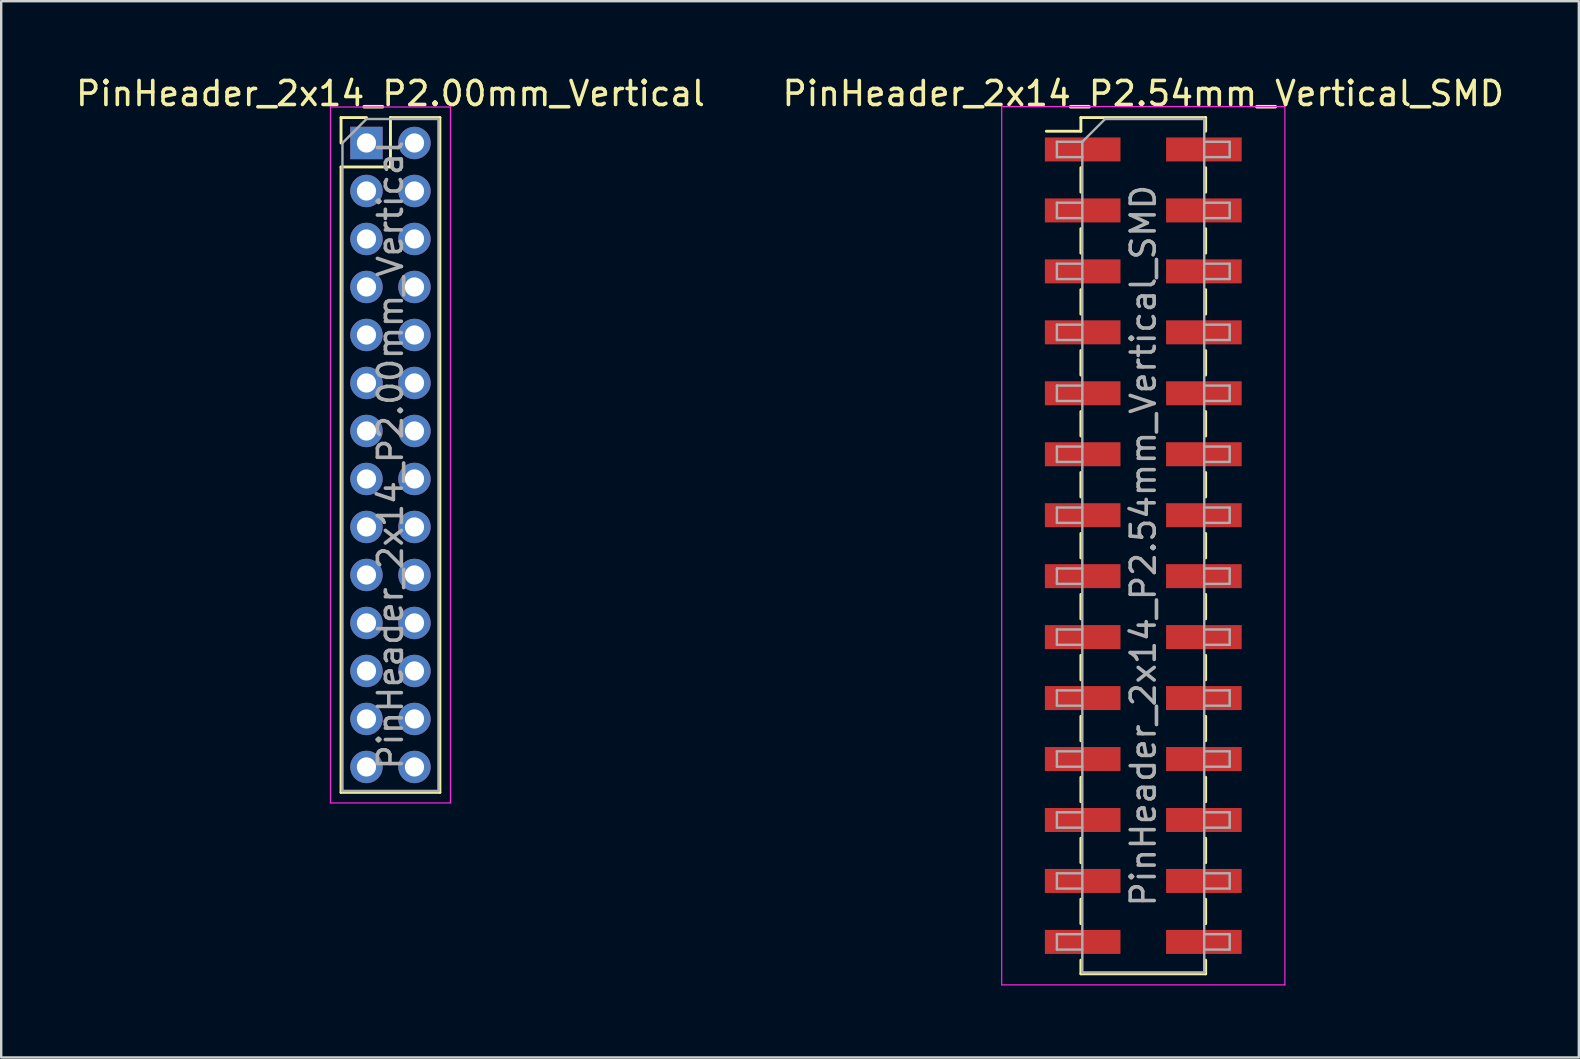
<source format=kicad_pcb>
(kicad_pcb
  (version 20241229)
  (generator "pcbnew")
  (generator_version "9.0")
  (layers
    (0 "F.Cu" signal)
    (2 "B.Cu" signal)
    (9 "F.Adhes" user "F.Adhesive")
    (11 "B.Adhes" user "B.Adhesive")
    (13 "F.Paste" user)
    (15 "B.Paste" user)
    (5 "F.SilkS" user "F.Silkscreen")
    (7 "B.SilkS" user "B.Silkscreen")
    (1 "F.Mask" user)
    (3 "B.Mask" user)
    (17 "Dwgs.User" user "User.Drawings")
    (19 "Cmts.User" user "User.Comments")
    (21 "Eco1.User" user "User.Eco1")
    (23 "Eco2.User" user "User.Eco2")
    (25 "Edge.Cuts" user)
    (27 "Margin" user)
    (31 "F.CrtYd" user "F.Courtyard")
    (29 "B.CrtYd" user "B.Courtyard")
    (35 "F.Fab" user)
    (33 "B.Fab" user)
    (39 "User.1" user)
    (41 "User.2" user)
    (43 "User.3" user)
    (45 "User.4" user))
  (footprint "PinHeader_2x14_P2.00mm_Vertical"
    (layer "F.Cu")
    (at 12.22 2.908)
    (property "Reference" "PinHeader_2x14_P2.00mm_Vertical" (at 1 -2.06 0) (layer "F.SilkS") (effects (font (size 1 1) (thickness 0.15))))
    (attr through_hole)
    (fp_line (start -1.06 -1.06) (end 0 -1.06) (stroke (width 0.12) (type solid)) (layer "F.SilkS"))
    (fp_line (start -1.06 0) (end -1.06 -1.06) (stroke (width 0.12) (type solid)) (layer "F.SilkS"))
    (fp_line (start -1.06 1) (end -1.06 27.06) (stroke (width 0.12) (type solid)) (layer "F.SilkS"))
    (fp_line (start -1.06 1) (end 1 1) (stroke (width 0.12) (type solid)) (layer "F.SilkS"))
    (fp_line (start -1.06 27.06) (end 3.06 27.06) (stroke (width 0.12) (type solid)) (layer "F.SilkS"))
    (fp_line (start 1 -1.06) (end 3.06 -1.06) (stroke (width 0.12) (type solid)) (layer "F.SilkS"))
    (fp_line (start 1 1) (end 1 -1.06) (stroke (width 0.12) (type solid)) (layer "F.SilkS"))
    (fp_line (start 3.06 -1.06) (end 3.06 27.06) (stroke (width 0.12) (type solid)) (layer "F.SilkS"))
    (fp_line (start -1.5 -1.5) (end -1.5 27.5) (stroke (width 0.05) (type solid)) (layer "F.CrtYd"))
    (fp_line (start -1.5 27.5) (end 3.5 27.5) (stroke (width 0.05) (type solid)) (layer "F.CrtYd"))
    (fp_line (start 3.5 -1.5) (end -1.5 -1.5) (stroke (width 0.05) (type solid)) (layer "F.CrtYd"))
    (fp_line (start 3.5 27.5) (end 3.5 -1.5) (stroke (width 0.05) (type solid)) (layer "F.CrtYd"))
    (fp_line (start -1 0) (end 0 -1) (stroke (width 0.1) (type solid)) (layer "F.Fab"))
    (fp_line (start -1 27) (end -1 0) (stroke (width 0.1) (type solid)) (layer "F.Fab"))
    (fp_line (start 0 -1) (end 3 -1) (stroke (width 0.1) (type solid)) (layer "F.Fab"))
    (fp_line (start 3 -1) (end 3 27) (stroke (width 0.1) (type solid)) (layer "F.Fab"))
    (fp_line (start 3 27) (end -1 27) (stroke (width 0.1) (type solid)) (layer "F.Fab"))
    (fp_text user "${REFERENCE}" (at 1 13 90) (layer "F.Fab") (effects (font (size 1 1) (thickness 0.15))))
    (pad "1" thru_hole rect (at 0 0) (size 1.35 1.35) (drill 0.8) (layers "*.Cu" "*.Mask"))
    (pad "2" thru_hole oval (at 2 0) (size 1.35 1.35) (drill 0.8) (layers "*.Cu" "*.Mask"))
    (pad "3" thru_hole oval (at 0 2) (size 1.35 1.35) (drill 0.8) (layers "*.Cu" "*.Mask"))
    (pad "4" thru_hole oval (at 2 2) (size 1.35 1.35) (drill 0.8) (layers "*.Cu" "*.Mask"))
    (pad "5" thru_hole oval (at 0 4) (size 1.35 1.35) (drill 0.8) (layers "*.Cu" "*.Mask"))
    (pad "6" thru_hole oval (at 2 4) (size 1.35 1.35) (drill 0.8) (layers "*.Cu" "*.Mask"))
    (pad "7" thru_hole oval (at 0 6) (size 1.35 1.35) (drill 0.8) (layers "*.Cu" "*.Mask"))
    (pad "8" thru_hole oval (at 2 6) (size 1.35 1.35) (drill 0.8) (layers "*.Cu" "*.Mask"))
    (pad "9" thru_hole oval (at 0 8) (size 1.35 1.35) (drill 0.8) (layers "*.Cu" "*.Mask"))
    (pad "10" thru_hole oval (at 2 8) (size 1.35 1.35) (drill 0.8) (layers "*.Cu" "*.Mask"))
    (pad "11" thru_hole oval (at 0 10) (size 1.35 1.35) (drill 0.8) (layers "*.Cu" "*.Mask"))
    (pad "12" thru_hole oval (at 2 10) (size 1.35 1.35) (drill 0.8) (layers "*.Cu" "*.Mask"))
    (pad "13" thru_hole oval (at 0 12) (size 1.35 1.35) (drill 0.8) (layers "*.Cu" "*.Mask"))
    (pad "14" thru_hole oval (at 2 12) (size 1.35 1.35) (drill 0.8) (layers "*.Cu" "*.Mask"))
    (pad "15" thru_hole oval (at 0 14) (size 1.35 1.35) (drill 0.8) (layers "*.Cu" "*.Mask"))
    (pad "16" thru_hole oval (at 2 14) (size 1.35 1.35) (drill 0.8) (layers "*.Cu" "*.Mask"))
    (pad "17" thru_hole oval (at 0 16) (size 1.35 1.35) (drill 0.8) (layers "*.Cu" "*.Mask"))
    (pad "18" thru_hole oval (at 2 16) (size 1.35 1.35) (drill 0.8) (layers "*.Cu" "*.Mask"))
    (pad "19" thru_hole oval (at 0 18) (size 1.35 1.35) (drill 0.8) (layers "*.Cu" "*.Mask"))
    (pad "20" thru_hole oval (at 2 18) (size 1.35 1.35) (drill 0.8) (layers "*.Cu" "*.Mask"))
    (pad "21" thru_hole oval (at 0 20) (size 1.35 1.35) (drill 0.8) (layers "*.Cu" "*.Mask"))
    (pad "22" thru_hole oval (at 2 20) (size 1.35 1.35) (drill 0.8) (layers "*.Cu" "*.Mask"))
    (pad "23" thru_hole oval (at 0 22) (size 1.35 1.35) (drill 0.8) (layers "*.Cu" "*.Mask"))
    (pad "24" thru_hole oval (at 2 22) (size 1.35 1.35) (drill 0.8) (layers "*.Cu" "*.Mask"))
    (pad "25" thru_hole oval (at 0 24) (size 1.35 1.35) (drill 0.8) (layers "*.Cu" "*.Mask"))
    (pad "26" thru_hole oval (at 2 24) (size 1.35 1.35) (drill 0.8) (layers "*.Cu" "*.Mask"))
    (pad "27" thru_hole oval (at 0 26) (size 1.35 1.35) (drill 0.8) (layers "*.Cu" "*.Mask"))
    (pad "28" thru_hole oval (at 2 26) (size 1.35 1.35) (drill 0.8) (layers "*.Cu" "*.Mask")))
  (footprint "PinHeader_2x14_P2.54mm_Vertical_SMD"
    (layer "F.Cu")
    (at 44.589 19.688)
    (property "Reference" "PinHeader_2x14_P2.54mm_Vertical_SMD" (at 0 -18.84 0) (layer "F.SilkS") (effects (font (size 1 1) (thickness 0.15))))
    (attr smd)
    (fp_line (start -4.04 -17.27) (end -2.6 -17.27) (stroke (width 0.12) (type solid)) (layer "F.SilkS"))
    (fp_line (start -2.6 -17.84) (end -2.6 -17.27) (stroke (width 0.12) (type solid)) (layer "F.SilkS"))
    (fp_line (start -2.6 -17.84) (end 2.6 -17.84) (stroke (width 0.12) (type solid)) (layer "F.SilkS"))
    (fp_line (start -2.6 -15.75) (end -2.6 -14.73) (stroke (width 0.12) (type solid)) (layer "F.SilkS"))
    (fp_line (start -2.6 -13.21) (end -2.6 -12.19) (stroke (width 0.12) (type solid)) (layer "F.SilkS"))
    (fp_line (start -2.6 -10.67) (end -2.6 -9.65) (stroke (width 0.12) (type solid)) (layer "F.SilkS"))
    (fp_line (start -2.6 -8.13) (end -2.6 -7.11) (stroke (width 0.12) (type solid)) (layer "F.SilkS"))
    (fp_line (start -2.6 -5.59) (end -2.6 -4.57) (stroke (width 0.12) (type solid)) (layer "F.SilkS"))
    (fp_line (start -2.6 -3.05) (end -2.6 -2.03) (stroke (width 0.12) (type solid)) (layer "F.SilkS"))
    (fp_line (start -2.6 -0.51) (end -2.6 0.51) (stroke (width 0.12) (type solid)) (layer "F.SilkS"))
    (fp_line (start -2.6 2.03) (end -2.6 3.05) (stroke (width 0.12) (type solid)) (layer "F.SilkS"))
    (fp_line (start -2.6 4.57) (end -2.6 5.59) (stroke (width 0.12) (type solid)) (layer "F.SilkS"))
    (fp_line (start -2.6 7.11) (end -2.6 8.13) (stroke (width 0.12) (type solid)) (layer "F.SilkS"))
    (fp_line (start -2.6 9.65) (end -2.6 10.67) (stroke (width 0.12) (type solid)) (layer "F.SilkS"))
    (fp_line (start -2.6 12.19) (end -2.6 13.21) (stroke (width 0.12) (type solid)) (layer "F.SilkS"))
    (fp_line (start -2.6 14.73) (end -2.6 15.75) (stroke (width 0.12) (type solid)) (layer "F.SilkS"))
    (fp_line (start -2.6 17.27) (end -2.6 17.84) (stroke (width 0.12) (type solid)) (layer "F.SilkS"))
    (fp_line (start -2.6 17.84) (end 2.6 17.84) (stroke (width 0.12) (type solid)) (layer "F.SilkS"))
    (fp_line (start 2.6 -17.84) (end 2.6 -17.27) (stroke (width 0.12) (type solid)) (layer "F.SilkS"))
    (fp_line (start 2.6 -15.75) (end 2.6 -14.73) (stroke (width 0.12) (type solid)) (layer "F.SilkS"))
    (fp_line (start 2.6 -13.21) (end 2.6 -12.19) (stroke (width 0.12) (type solid)) (layer "F.SilkS"))
    (fp_line (start 2.6 -10.67) (end 2.6 -9.65) (stroke (width 0.12) (type solid)) (layer "F.SilkS"))
    (fp_line (start 2.6 -8.13) (end 2.6 -7.11) (stroke (width 0.12) (type solid)) (layer "F.SilkS"))
    (fp_line (start 2.6 -5.59) (end 2.6 -4.57) (stroke (width 0.12) (type solid)) (layer "F.SilkS"))
    (fp_line (start 2.6 -3.05) (end 2.6 -2.03) (stroke (width 0.12) (type solid)) (layer "F.SilkS"))
    (fp_line (start 2.6 -0.51) (end 2.6 0.51) (stroke (width 0.12) (type solid)) (layer "F.SilkS"))
    (fp_line (start 2.6 2.03) (end 2.6 3.05) (stroke (width 0.12) (type solid)) (layer "F.SilkS"))
    (fp_line (start 2.6 4.57) (end 2.6 5.59) (stroke (width 0.12) (type solid)) (layer "F.SilkS"))
    (fp_line (start 2.6 7.11) (end 2.6 8.13) (stroke (width 0.12) (type solid)) (layer "F.SilkS"))
    (fp_line (start 2.6 9.65) (end 2.6 10.67) (stroke (width 0.12) (type solid)) (layer "F.SilkS"))
    (fp_line (start 2.6 12.19) (end 2.6 13.21) (stroke (width 0.12) (type solid)) (layer "F.SilkS"))
    (fp_line (start 2.6 14.73) (end 2.6 15.75) (stroke (width 0.12) (type solid)) (layer "F.SilkS"))
    (fp_line (start 2.6 17.27) (end 2.6 17.84) (stroke (width 0.12) (type solid)) (layer "F.SilkS"))
    (fp_line (start -5.9 -18.3) (end -5.9 18.3) (stroke (width 0.05) (type solid)) (layer "F.CrtYd"))
    (fp_line (start -5.9 18.3) (end 5.9 18.3) (stroke (width 0.05) (type solid)) (layer "F.CrtYd"))
    (fp_line (start 5.9 -18.3) (end -5.9 -18.3) (stroke (width 0.05) (type solid)) (layer "F.CrtYd"))
    (fp_line (start 5.9 18.3) (end 5.9 -18.3) (stroke (width 0.05) (type solid)) (layer "F.CrtYd"))
    (fp_line (start -3.6 -16.83) (end -3.6 -16.19) (stroke (width 0.1) (type solid)) (layer "F.Fab"))
    (fp_line (start -3.6 -16.19) (end -2.54 -16.19) (stroke (width 0.1) (type solid)) (layer "F.Fab"))
    (fp_line (start -3.6 -14.29) (end -3.6 -13.65) (stroke (width 0.1) (type solid)) (layer "F.Fab"))
    (fp_line (start -3.6 -13.65) (end -2.54 -13.65) (stroke (width 0.1) (type solid)) (layer "F.Fab"))
    (fp_line (start -3.6 -11.75) (end -3.6 -11.11) (stroke (width 0.1) (type solid)) (layer "F.Fab"))
    (fp_line (start -3.6 -11.11) (end -2.54 -11.11) (stroke (width 0.1) (type solid)) (layer "F.Fab"))
    (fp_line (start -3.6 -9.21) (end -3.6 -8.57) (stroke (width 0.1) (type solid)) (layer "F.Fab"))
    (fp_line (start -3.6 -8.57) (end -2.54 -8.57) (stroke (width 0.1) (type solid)) (layer "F.Fab"))
    (fp_line (start -3.6 -6.67) (end -3.6 -6.03) (stroke (width 0.1) (type solid)) (layer "F.Fab"))
    (fp_line (start -3.6 -6.03) (end -2.54 -6.03) (stroke (width 0.1) (type solid)) (layer "F.Fab"))
    (fp_line (start -3.6 -4.13) (end -3.6 -3.49) (stroke (width 0.1) (type solid)) (layer "F.Fab"))
    (fp_line (start -3.6 -3.49) (end -2.54 -3.49) (stroke (width 0.1) (type solid)) (layer "F.Fab"))
    (fp_line (start -3.6 -1.59) (end -3.6 -0.95) (stroke (width 0.1) (type solid)) (layer "F.Fab"))
    (fp_line (start -3.6 -0.95) (end -2.54 -0.95) (stroke (width 0.1) (type solid)) (layer "F.Fab"))
    (fp_line (start -3.6 0.95) (end -3.6 1.59) (stroke (width 0.1) (type solid)) (layer "F.Fab"))
    (fp_line (start -3.6 1.59) (end -2.54 1.59) (stroke (width 0.1) (type solid)) (layer "F.Fab"))
    (fp_line (start -3.6 3.49) (end -3.6 4.13) (stroke (width 0.1) (type solid)) (layer "F.Fab"))
    (fp_line (start -3.6 4.13) (end -2.54 4.13) (stroke (width 0.1) (type solid)) (layer "F.Fab"))
    (fp_line (start -3.6 6.03) (end -3.6 6.67) (stroke (width 0.1) (type solid)) (layer "F.Fab"))
    (fp_line (start -3.6 6.67) (end -2.54 6.67) (stroke (width 0.1) (type solid)) (layer "F.Fab"))
    (fp_line (start -3.6 8.57) (end -3.6 9.21) (stroke (width 0.1) (type solid)) (layer "F.Fab"))
    (fp_line (start -3.6 9.21) (end -2.54 9.21) (stroke (width 0.1) (type solid)) (layer "F.Fab"))
    (fp_line (start -3.6 11.11) (end -3.6 11.75) (stroke (width 0.1) (type solid)) (layer "F.Fab"))
    (fp_line (start -3.6 11.75) (end -2.54 11.75) (stroke (width 0.1) (type solid)) (layer "F.Fab"))
    (fp_line (start -3.6 13.65) (end -3.6 14.29) (stroke (width 0.1) (type solid)) (layer "F.Fab"))
    (fp_line (start -3.6 14.29) (end -2.54 14.29) (stroke (width 0.1) (type solid)) (layer "F.Fab"))
    (fp_line (start -3.6 16.19) (end -3.6 16.83) (stroke (width 0.1) (type solid)) (layer "F.Fab"))
    (fp_line (start -3.6 16.83) (end -2.54 16.83) (stroke (width 0.1) (type solid)) (layer "F.Fab"))
    (fp_line (start -2.54 -16.83) (end -3.6 -16.83) (stroke (width 0.1) (type solid)) (layer "F.Fab"))
    (fp_line (start -2.54 -16.83) (end -1.59 -17.78) (stroke (width 0.1) (type solid)) (layer "F.Fab"))
    (fp_line (start -2.54 -14.29) (end -3.6 -14.29) (stroke (width 0.1) (type solid)) (layer "F.Fab"))
    (fp_line (start -2.54 -11.75) (end -3.6 -11.75) (stroke (width 0.1) (type solid)) (layer "F.Fab"))
    (fp_line (start -2.54 -9.21) (end -3.6 -9.21) (stroke (width 0.1) (type solid)) (layer "F.Fab"))
    (fp_line (start -2.54 -6.67) (end -3.6 -6.67) (stroke (width 0.1) (type solid)) (layer "F.Fab"))
    (fp_line (start -2.54 -4.13) (end -3.6 -4.13) (stroke (width 0.1) (type solid)) (layer "F.Fab"))
    (fp_line (start -2.54 -1.59) (end -3.6 -1.59) (stroke (width 0.1) (type solid)) (layer "F.Fab"))
    (fp_line (start -2.54 0.95) (end -3.6 0.95) (stroke (width 0.1) (type solid)) (layer "F.Fab"))
    (fp_line (start -2.54 3.49) (end -3.6 3.49) (stroke (width 0.1) (type solid)) (layer "F.Fab"))
    (fp_line (start -2.54 6.03) (end -3.6 6.03) (stroke (width 0.1) (type solid)) (layer "F.Fab"))
    (fp_line (start -2.54 8.57) (end -3.6 8.57) (stroke (width 0.1) (type solid)) (layer "F.Fab"))
    (fp_line (start -2.54 11.11) (end -3.6 11.11) (stroke (width 0.1) (type solid)) (layer "F.Fab"))
    (fp_line (start -2.54 13.65) (end -3.6 13.65) (stroke (width 0.1) (type solid)) (layer "F.Fab"))
    (fp_line (start -2.54 16.19) (end -3.6 16.19) (stroke (width 0.1) (type solid)) (layer "F.Fab"))
    (fp_line (start -2.54 17.78) (end -2.54 -16.83) (stroke (width 0.1) (type solid)) (layer "F.Fab"))
    (fp_line (start -1.59 -17.78) (end 2.54 -17.78) (stroke (width 0.1) (type solid)) (layer "F.Fab"))
    (fp_line (start 2.54 -17.78) (end 2.54 17.78) (stroke (width 0.1) (type solid)) (layer "F.Fab"))
    (fp_line (start 2.54 -16.83) (end 3.6 -16.83) (stroke (width 0.1) (type solid)) (layer "F.Fab"))
    (fp_line (start 2.54 -14.29) (end 3.6 -14.29) (stroke (width 0.1) (type solid)) (layer "F.Fab"))
    (fp_line (start 2.54 -11.75) (end 3.6 -11.75) (stroke (width 0.1) (type solid)) (layer "F.Fab"))
    (fp_line (start 2.54 -9.21) (end 3.6 -9.21) (stroke (width 0.1) (type solid)) (layer "F.Fab"))
    (fp_line (start 2.54 -6.67) (end 3.6 -6.67) (stroke (width 0.1) (type solid)) (layer "F.Fab"))
    (fp_line (start 2.54 -4.13) (end 3.6 -4.13) (stroke (width 0.1) (type solid)) (layer "F.Fab"))
    (fp_line (start 2.54 -1.59) (end 3.6 -1.59) (stroke (width 0.1) (type solid)) (layer "F.Fab"))
    (fp_line (start 2.54 0.95) (end 3.6 0.95) (stroke (width 0.1) (type solid)) (layer "F.Fab"))
    (fp_line (start 2.54 3.49) (end 3.6 3.49) (stroke (width 0.1) (type solid)) (layer "F.Fab"))
    (fp_line (start 2.54 6.03) (end 3.6 6.03) (stroke (width 0.1) (type solid)) (layer "F.Fab"))
    (fp_line (start 2.54 8.57) (end 3.6 8.57) (stroke (width 0.1) (type solid)) (layer "F.Fab"))
    (fp_line (start 2.54 11.11) (end 3.6 11.11) (stroke (width 0.1) (type solid)) (layer "F.Fab"))
    (fp_line (start 2.54 13.65) (end 3.6 13.65) (stroke (width 0.1) (type solid)) (layer "F.Fab"))
    (fp_line (start 2.54 16.19) (end 3.6 16.19) (stroke (width 0.1) (type solid)) (layer "F.Fab"))
    (fp_line (start 2.54 17.78) (end -2.54 17.78) (stroke (width 0.1) (type solid)) (layer "F.Fab"))
    (fp_line (start 3.6 -16.83) (end 3.6 -16.19) (stroke (width 0.1) (type solid)) (layer "F.Fab"))
    (fp_line (start 3.6 -16.19) (end 2.54 -16.19) (stroke (width 0.1) (type solid)) (layer "F.Fab"))
    (fp_line (start 3.6 -14.29) (end 3.6 -13.65) (stroke (width 0.1) (type solid)) (layer "F.Fab"))
    (fp_line (start 3.6 -13.65) (end 2.54 -13.65) (stroke (width 0.1) (type solid)) (layer "F.Fab"))
    (fp_line (start 3.6 -11.75) (end 3.6 -11.11) (stroke (width 0.1) (type solid)) (layer "F.Fab"))
    (fp_line (start 3.6 -11.11) (end 2.54 -11.11) (stroke (width 0.1) (type solid)) (layer "F.Fab"))
    (fp_line (start 3.6 -9.21) (end 3.6 -8.57) (stroke (width 0.1) (type solid)) (layer "F.Fab"))
    (fp_line (start 3.6 -8.57) (end 2.54 -8.57) (stroke (width 0.1) (type solid)) (layer "F.Fab"))
    (fp_line (start 3.6 -6.67) (end 3.6 -6.03) (stroke (width 0.1) (type solid)) (layer "F.Fab"))
    (fp_line (start 3.6 -6.03) (end 2.54 -6.03) (stroke (width 0.1) (type solid)) (layer "F.Fab"))
    (fp_line (start 3.6 -4.13) (end 3.6 -3.49) (stroke (width 0.1) (type solid)) (layer "F.Fab"))
    (fp_line (start 3.6 -3.49) (end 2.54 -3.49) (stroke (width 0.1) (type solid)) (layer "F.Fab"))
    (fp_line (start 3.6 -1.59) (end 3.6 -0.95) (stroke (width 0.1) (type solid)) (layer "F.Fab"))
    (fp_line (start 3.6 -0.95) (end 2.54 -0.95) (stroke (width 0.1) (type solid)) (layer "F.Fab"))
    (fp_line (start 3.6 0.95) (end 3.6 1.59) (stroke (width 0.1) (type solid)) (layer "F.Fab"))
    (fp_line (start 3.6 1.59) (end 2.54 1.59) (stroke (width 0.1) (type solid)) (layer "F.Fab"))
    (fp_line (start 3.6 3.49) (end 3.6 4.13) (stroke (width 0.1) (type solid)) (layer "F.Fab"))
    (fp_line (start 3.6 4.13) (end 2.54 4.13) (stroke (width 0.1) (type solid)) (layer "F.Fab"))
    (fp_line (start 3.6 6.03) (end 3.6 6.67) (stroke (width 0.1) (type solid)) (layer "F.Fab"))
    (fp_line (start 3.6 6.67) (end 2.54 6.67) (stroke (width 0.1) (type solid)) (layer "F.Fab"))
    (fp_line (start 3.6 8.57) (end 3.6 9.21) (stroke (width 0.1) (type solid)) (layer "F.Fab"))
    (fp_line (start 3.6 9.21) (end 2.54 9.21) (stroke (width 0.1) (type solid)) (layer "F.Fab"))
    (fp_line (start 3.6 11.11) (end 3.6 11.75) (stroke (width 0.1) (type solid)) (layer "F.Fab"))
    (fp_line (start 3.6 11.75) (end 2.54 11.75) (stroke (width 0.1) (type solid)) (layer "F.Fab"))
    (fp_line (start 3.6 13.65) (end 3.6 14.29) (stroke (width 0.1) (type solid)) (layer "F.Fab"))
    (fp_line (start 3.6 14.29) (end 2.54 14.29) (stroke (width 0.1) (type solid)) (layer "F.Fab"))
    (fp_line (start 3.6 16.19) (end 3.6 16.83) (stroke (width 0.1) (type solid)) (layer "F.Fab"))
    (fp_line (start 3.6 16.83) (end 2.54 16.83) (stroke (width 0.1) (type solid)) (layer "F.Fab"))
    (fp_text user "${REFERENCE}" (at 0 0 90) (layer "F.Fab") (effects (font (size 1 1) (thickness 0.15))))
    (pad "1" smd rect (at -2.525 -16.51) (size 3.15 1) (layers "F.Cu" "F.Mask" "F.Paste"))
    (pad "2" smd rect (at 2.525 -16.51) (size 3.15 1) (layers "F.Cu" "F.Mask" "F.Paste"))
    (pad "3" smd rect (at -2.525 -13.97) (size 3.15 1) (layers "F.Cu" "F.Mask" "F.Paste"))
    (pad "4" smd rect (at 2.525 -13.97) (size 3.15 1) (layers "F.Cu" "F.Mask" "F.Paste"))
    (pad "5" smd rect (at -2.525 -11.43) (size 3.15 1) (layers "F.Cu" "F.Mask" "F.Paste"))
    (pad "6" smd rect (at 2.525 -11.43) (size 3.15 1) (layers "F.Cu" "F.Mask" "F.Paste"))
    (pad "7" smd rect (at -2.525 -8.89) (size 3.15 1) (layers "F.Cu" "F.Mask" "F.Paste"))
    (pad "8" smd rect (at 2.525 -8.89) (size 3.15 1) (layers "F.Cu" "F.Mask" "F.Paste"))
    (pad "9" smd rect (at -2.525 -6.35) (size 3.15 1) (layers "F.Cu" "F.Mask" "F.Paste"))
    (pad "10" smd rect (at 2.525 -6.35) (size 3.15 1) (layers "F.Cu" "F.Mask" "F.Paste"))
    (pad "11" smd rect (at -2.525 -3.81) (size 3.15 1) (layers "F.Cu" "F.Mask" "F.Paste"))
    (pad "12" smd rect (at 2.525 -3.81) (size 3.15 1) (layers "F.Cu" "F.Mask" "F.Paste"))
    (pad "13" smd rect (at -2.525 -1.27) (size 3.15 1) (layers "F.Cu" "F.Mask" "F.Paste"))
    (pad "14" smd rect (at 2.525 -1.27) (size 3.15 1) (layers "F.Cu" "F.Mask" "F.Paste"))
    (pad "15" smd rect (at -2.525 1.27) (size 3.15 1) (layers "F.Cu" "F.Mask" "F.Paste"))
    (pad "16" smd rect (at 2.525 1.27) (size 3.15 1) (layers "F.Cu" "F.Mask" "F.Paste"))
    (pad "17" smd rect (at -2.525 3.81) (size 3.15 1) (layers "F.Cu" "F.Mask" "F.Paste"))
    (pad "18" smd rect (at 2.525 3.81) (size 3.15 1) (layers "F.Cu" "F.Mask" "F.Paste"))
    (pad "19" smd rect (at -2.525 6.35) (size 3.15 1) (layers "F.Cu" "F.Mask" "F.Paste"))
    (pad "20" smd rect (at 2.525 6.35) (size 3.15 1) (layers "F.Cu" "F.Mask" "F.Paste"))
    (pad "21" smd rect (at -2.525 8.89) (size 3.15 1) (layers "F.Cu" "F.Mask" "F.Paste"))
    (pad "22" smd rect (at 2.525 8.89) (size 3.15 1) (layers "F.Cu" "F.Mask" "F.Paste"))
    (pad "23" smd rect (at -2.525 11.43) (size 3.15 1) (layers "F.Cu" "F.Mask" "F.Paste"))
    (pad "24" smd rect (at 2.525 11.43) (size 3.15 1) (layers "F.Cu" "F.Mask" "F.Paste"))
    (pad "25" smd rect (at -2.525 13.97) (size 3.15 1) (layers "F.Cu" "F.Mask" "F.Paste"))
    (pad "26" smd rect (at 2.525 13.97) (size 3.15 1) (layers "F.Cu" "F.Mask" "F.Paste"))
    (pad "27" smd rect (at -2.525 16.51) (size 3.15 1) (layers "F.Cu" "F.Mask" "F.Paste"))
    (pad "28" smd rect (at 2.525 16.51) (size 3.15 1) (layers "F.Cu" "F.Mask" "F.Paste")))
  (gr_rect
    (start -3 -3)
    (end 62.738 41.013)
    (stroke (width 0.1) (type default))
    (fill no)
    (layer "Edge.Cuts")))
</source>
